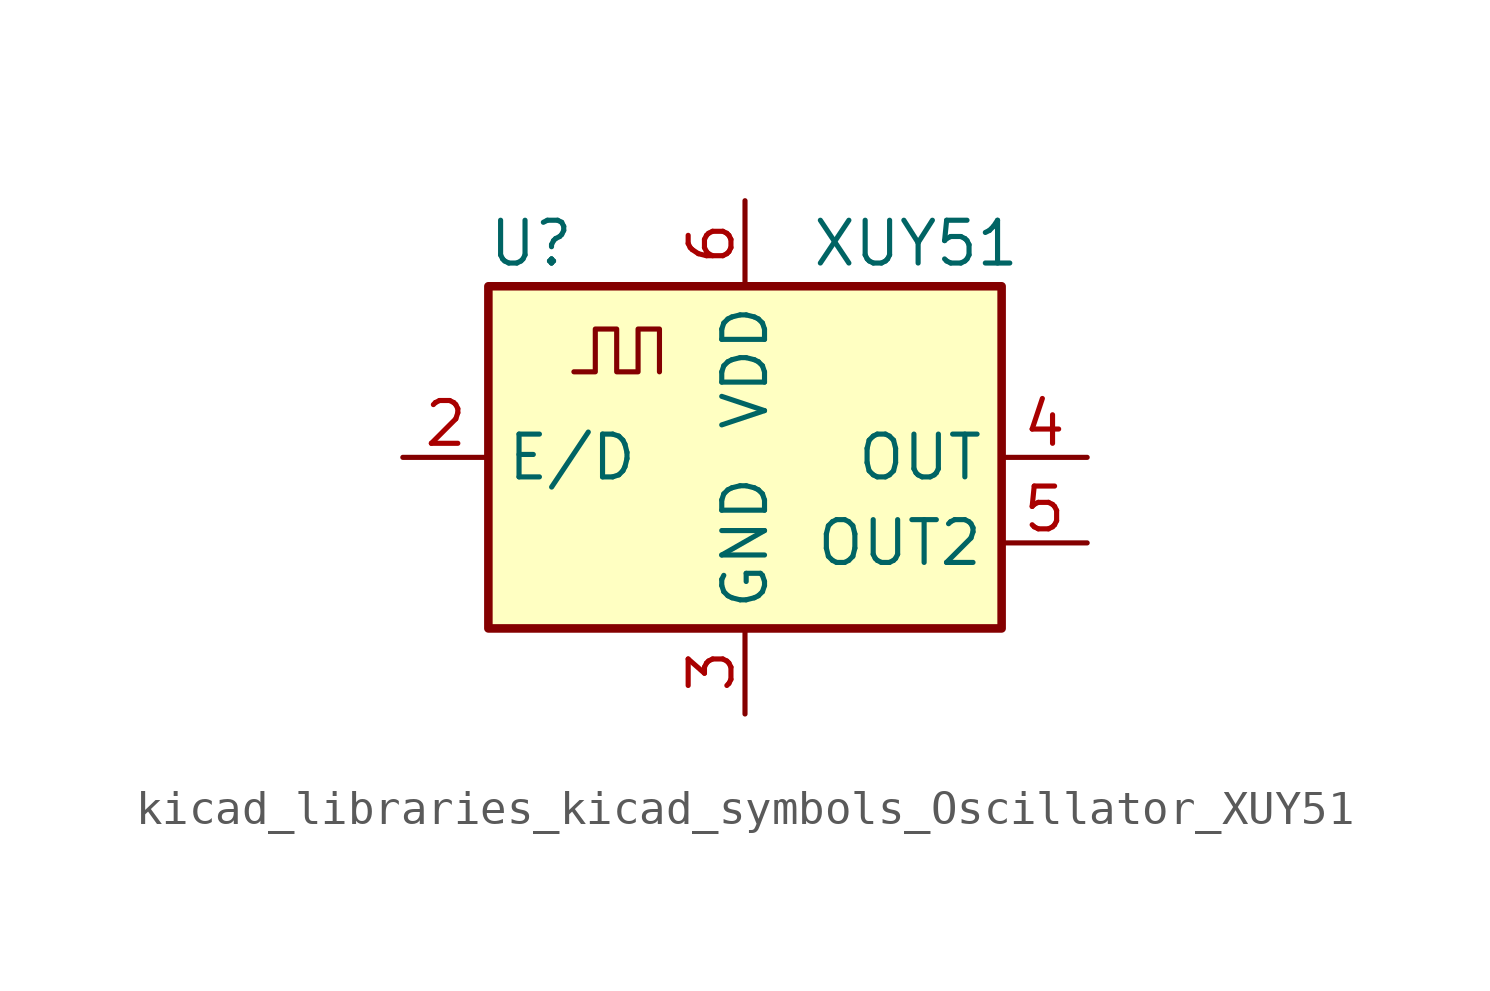
<source format=kicad_sym>
(kicad_symbol_lib
  (version 20220914)
  (generator kicad_symbol_editor)
  (symbol "kicad_libraries_kicad_symbols_Oscillator_XUY51"
    (property "Reference" "U"
      (at -6.35 6.35 0)
      (effects (font (size 1.27 1.27))))
    (property "Value" "XUY51"
      (at 5.08 6.35 0)
      (effects (font (size 1.27 1.27))))
    (symbol "kicad_libraries_kicad_symbols_Oscillator_XUY51_0_1"
      (rectangle (start -7.62 5.08) (end 7.62 -5.08) (stroke (width 0.254) (type default)) (fill (type background))))
    (symbol "kicad_libraries_kicad_symbols_Oscillator_XUY51_1_1"
      (polyline (pts (xy -5.08 2.54) (xy -4.445 2.54) (xy -4.445 3.81) (xy -3.81 3.81) (xy -3.81 2.54) (xy -3.175 2.54) (xy -3.175 3.81) (xy -2.54 3.81) (xy -2.54 2.54)) (stroke (width 0) (type default)) (fill (type none)))
      (pin no_connect line (at -7.62 -2.54 0) (length 2.54) hide (name "NC" (effects (font (size 1.27 1.27)))) (number "1" (effects (font (size 1.27 1.27)))))
      (pin input line (at -10.16 0 0) (length 2.54) (name "E/D" (effects (font (size 1.27 1.27)))) (number "2" (effects (font (size 1.27 1.27)))))
      (pin power_in line (at 0 -7.62 90) (length 2.54) (name "GND" (effects (font (size 1.27 1.27)))) (number "3" (effects (font (size 1.27 1.27)))))
      (pin output line (at 10.16 0 180) (length 2.54) (name "OUT" (effects (font (size 1.27 1.27)))) (number "4" (effects (font (size 1.27 1.27)))))
      (pin output line (at 10.16 -2.54 180) (length 2.54) (name "OUT2" (effects (font (size 1.27 1.27)))) (number "5" (effects (font (size 1.27 1.27)))))
      (pin power_in line (at 0 7.62 270) (length 2.54) (name "VDD" (effects (font (size 1.27 1.27)))) (number "6" (effects (font (size 1.27 1.27))))))))
</source>
